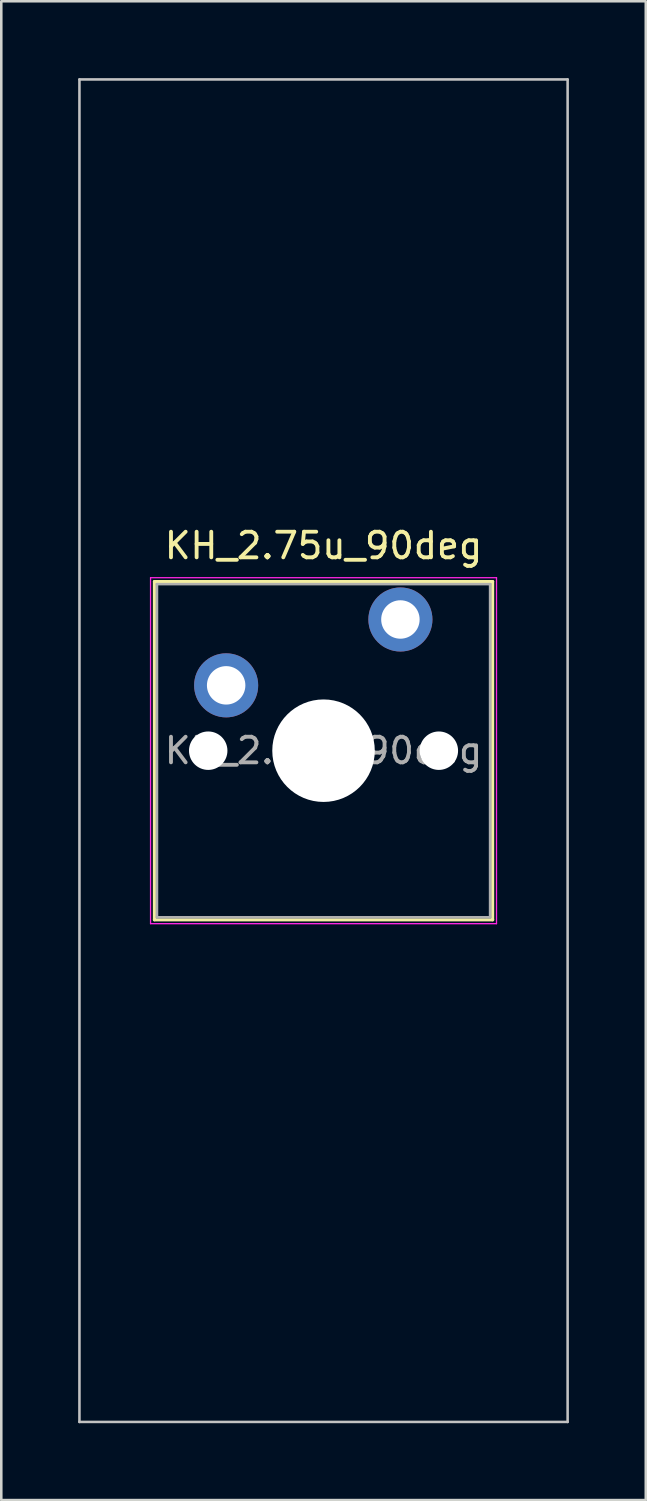
<source format=kicad_pcb>
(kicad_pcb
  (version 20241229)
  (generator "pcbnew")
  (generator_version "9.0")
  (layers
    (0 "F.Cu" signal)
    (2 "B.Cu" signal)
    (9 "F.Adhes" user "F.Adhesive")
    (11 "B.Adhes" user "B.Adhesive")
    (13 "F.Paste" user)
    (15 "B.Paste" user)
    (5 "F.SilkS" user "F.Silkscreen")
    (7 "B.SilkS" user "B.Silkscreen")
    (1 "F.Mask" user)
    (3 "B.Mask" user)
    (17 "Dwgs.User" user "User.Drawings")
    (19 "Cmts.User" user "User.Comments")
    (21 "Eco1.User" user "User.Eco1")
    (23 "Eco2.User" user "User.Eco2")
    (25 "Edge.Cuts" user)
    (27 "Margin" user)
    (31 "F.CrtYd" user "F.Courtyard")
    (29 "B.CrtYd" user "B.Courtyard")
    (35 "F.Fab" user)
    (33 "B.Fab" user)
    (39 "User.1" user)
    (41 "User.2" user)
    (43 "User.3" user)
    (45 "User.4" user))
  (footprint "KH_2.75u_90deg"
    (layer "F.Cu")
    (at 9.575 26.244)
    (property "Reference" "KH_2.75u_90deg" (at 0 -8 0) (layer "F.SilkS") (effects (font (size 1 1) (thickness 0.15))))
    (attr through_hole)
    (fp_line (start -6.6 -6.6) (end -6.6 6.6) (stroke (width 0.12) (type solid)) (layer "F.SilkS"))
    (fp_line (start -6.6 6.6) (end 6.6 6.6) (stroke (width 0.12) (type solid)) (layer "F.SilkS"))
    (fp_line (start 6.6 -6.6) (end -6.6 -6.6) (stroke (width 0.12) (type solid)) (layer "F.SilkS"))
    (fp_line (start 6.6 6.6) (end 6.6 -6.6) (stroke (width 0.12) (type solid)) (layer "F.SilkS"))
    (fp_line (start -9.525 -26.194) (end 9.525 -26.194) (stroke (width 0.1) (type solid)) (layer "Dwgs.User"))
    (fp_line (start -9.525 26.194) (end -9.525 -26.194) (stroke (width 0.1) (type solid)) (layer "Dwgs.User"))
    (fp_line (start 9.525 -26.194) (end 9.525 26.194) (stroke (width 0.1) (type solid)) (layer "Dwgs.User"))
    (fp_line (start 9.525 26.194) (end -9.525 26.194) (stroke (width 0.1) (type solid)) (layer "Dwgs.User"))
    (fp_line (start -6.1 -6.1) (end -6.1 6.1) (stroke (width 0.1) (type solid)) (layer "Eco1.User"))
    (fp_line (start -6.1 6.1) (end 6.1 6.1) (stroke (width 0.1) (type solid)) (layer "Eco1.User"))
    (fp_line (start 6.1 -6.1) (end -6.1 -6.1) (stroke (width 0.1) (type solid)) (layer "Eco1.User"))
    (fp_line (start 6.1 6.1) (end 6.1 -6.1) (stroke (width 0.1) (type solid)) (layer "Eco1.User"))
    (fp_line (start -6.75 -6.75) (end -6.75 6.75) (stroke (width 0.05) (type solid)) (layer "F.CrtYd"))
    (fp_line (start -6.75 6.75) (end 6.75 6.75) (stroke (width 0.05) (type solid)) (layer "F.CrtYd"))
    (fp_line (start 6.75 -6.75) (end -6.75 -6.75) (stroke (width 0.05) (type solid)) (layer "F.CrtYd"))
    (fp_line (start 6.75 6.75) (end 6.75 -6.75) (stroke (width 0.05) (type solid)) (layer "F.CrtYd"))
    (fp_line (start -6.5 -6.5) (end -6.5 6.5) (stroke (width 0.1) (type solid)) (layer "F.Fab"))
    (fp_line (start -6.5 6.5) (end 6.5 6.5) (stroke (width 0.1) (type solid)) (layer "F.Fab"))
    (fp_line (start 6.5 -6.5) (end -6.5 -6.5) (stroke (width 0.1) (type solid)) (layer "F.Fab"))
    (fp_line (start 6.5 6.5) (end 6.5 -6.5) (stroke (width 0.1) (type solid)) (layer "F.Fab"))
    (fp_text user "${REFERENCE}" (at 0 0 0) (layer "F.Fab") (effects (font (size 1 1) (thickness 0.15))))
    (pad "" np_thru_hole circle (at -4.5 0) (size 1.5 1.5) (drill 1.5) (layers "*.Cu" "*.Mask"))
    (pad "" np_thru_hole circle (at 0 0) (size 4 4) (drill 4) (layers "*.Cu" "*.Mask"))
    (pad "" np_thru_hole circle (at 4.5 0) (size 1.5 1.5) (drill 1.5) (layers "*.Cu" "*.Mask"))
    (pad "1" thru_hole circle (at -3.8 -2.55) (size 2.5 2.5) (drill 1.5) (layers "*.Cu" "*.Mask"))
    (pad "2" thru_hole circle (at 3 -5.12) (size 2.5 2.5) (drill 1.5) (layers "*.Cu" "*.Mask")))
  (gr_rect
    (start -3 -3)
    (end 22.15 55.487)
    (stroke (width 0.1) (type default))
    (fill no)
    (layer "Edge.Cuts")))
</source>
